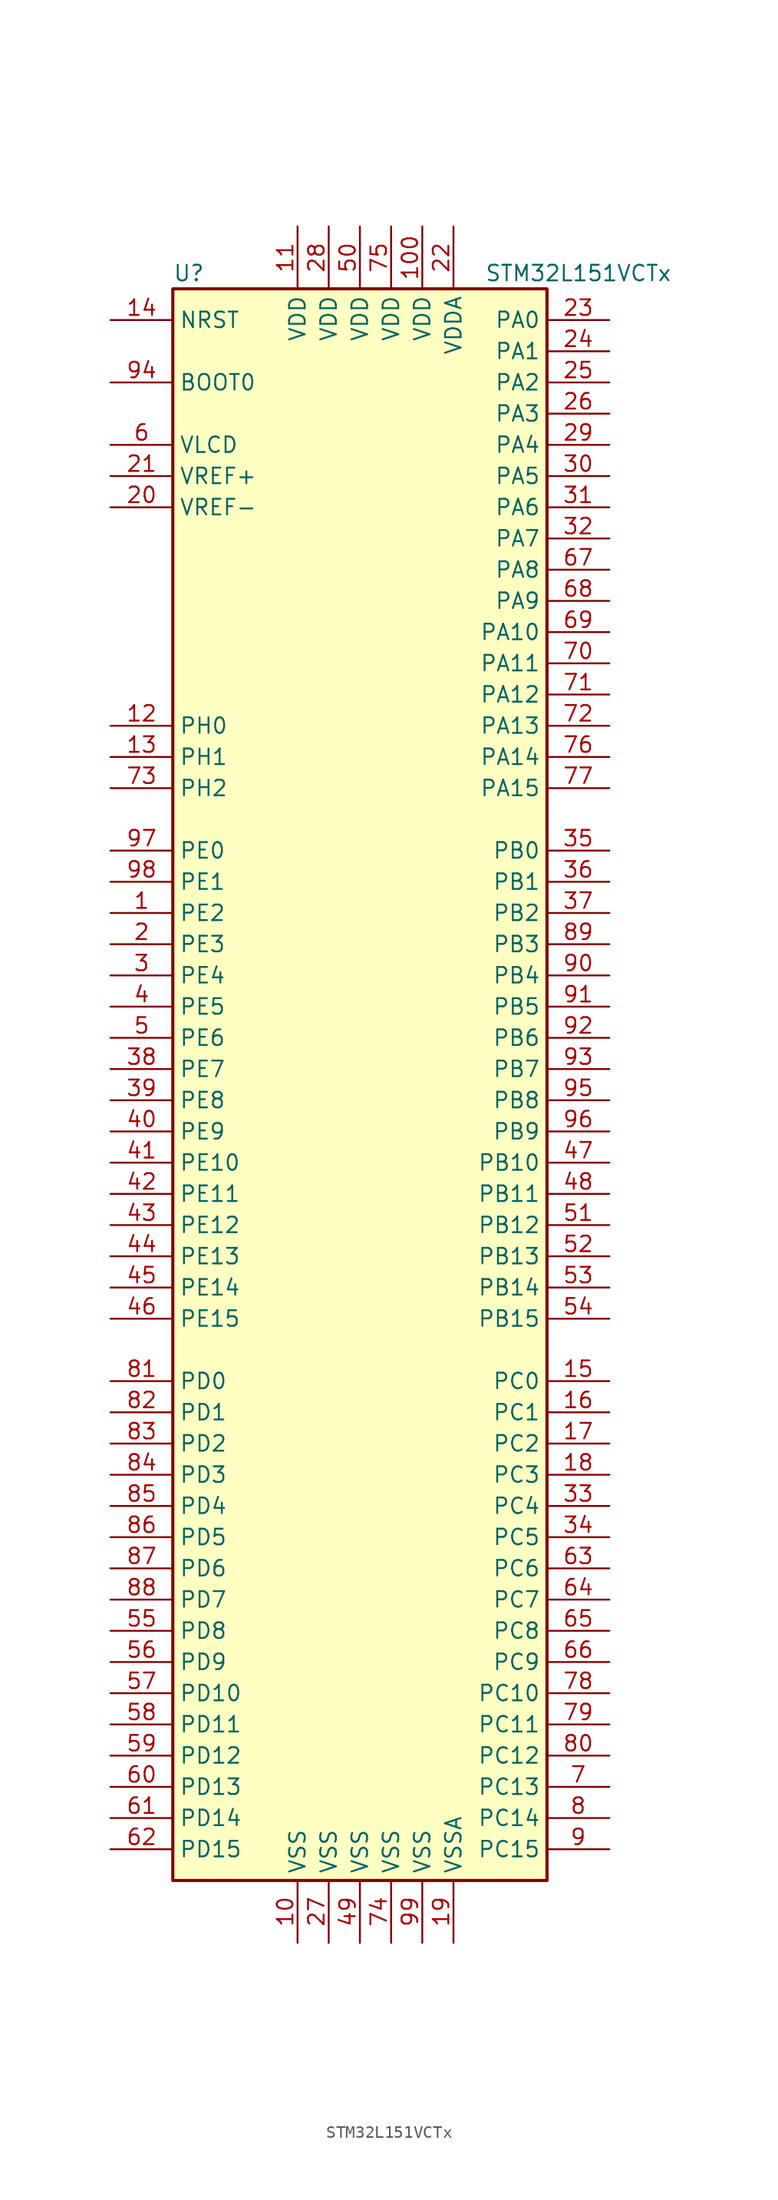
<source format=kicad_sym>
(kicad_symbol_lib
  (version 20201005)
  (generator kicad_symbol_editor)
  (symbol "STM32L151VCTx"
    (property "Reference" "U"
      (at -15.24 64.77 0)
      (effects (font (size 1.27 1.27)) (justify left)))
    (property "Value" "STM32L151VCTx"
      (at 10.16 64.77 0)
      (effects (font (size 1.27 1.27)) (justify left)))
    (symbol "STM32L151VCTx_0_1"
      (rectangle (start -15.24 -66.04) (end 15.24 63.5) (stroke (width 0.254)) (fill (type background))))
    (symbol "STM32L151VCTx_1_1"
      (pin input line (at -20.32 55.88 0) (length 5.08) (name "BOOT0" (effects (font (size 1.27 1.27)))) (number "94" (effects (font (size 1.27 1.27)))))
      (pin input line (at -20.32 60.96 0) (length 5.08) (name "NRST" (effects (font (size 1.27 1.27)))) (number "14" (effects (font (size 1.27 1.27)))))
      (pin bidirectional line (at 20.32 60.96 180) (length 5.08) (name "PA0" (effects (font (size 1.27 1.27)))) (number "23" (effects (font (size 1.27 1.27)))))
      (pin bidirectional line (at 20.32 58.42 180) (length 5.08) (name "PA1" (effects (font (size 1.27 1.27)))) (number "24" (effects (font (size 1.27 1.27)))))
      (pin bidirectional line (at 20.32 35.56 180) (length 5.08) (name "PA10" (effects (font (size 1.27 1.27)))) (number "69" (effects (font (size 1.27 1.27)))))
      (pin bidirectional line (at 20.32 33.02 180) (length 5.08) (name "PA11" (effects (font (size 1.27 1.27)))) (number "70" (effects (font (size 1.27 1.27)))))
      (pin bidirectional line (at 20.32 30.48 180) (length 5.08) (name "PA12" (effects (font (size 1.27 1.27)))) (number "71" (effects (font (size 1.27 1.27)))))
      (pin bidirectional line (at 20.32 27.94 180) (length 5.08) (name "PA13" (effects (font (size 1.27 1.27)))) (number "72" (effects (font (size 1.27 1.27)))))
      (pin bidirectional line (at 20.32 25.4 180) (length 5.08) (name "PA14" (effects (font (size 1.27 1.27)))) (number "76" (effects (font (size 1.27 1.27)))))
      (pin bidirectional line (at 20.32 22.86 180) (length 5.08) (name "PA15" (effects (font (size 1.27 1.27)))) (number "77" (effects (font (size 1.27 1.27)))))
      (pin bidirectional line (at 20.32 55.88 180) (length 5.08) (name "PA2" (effects (font (size 1.27 1.27)))) (number "25" (effects (font (size 1.27 1.27)))))
      (pin bidirectional line (at 20.32 53.34 180) (length 5.08) (name "PA3" (effects (font (size 1.27 1.27)))) (number "26" (effects (font (size 1.27 1.27)))))
      (pin bidirectional line (at 20.32 50.8 180) (length 5.08) (name "PA4" (effects (font (size 1.27 1.27)))) (number "29" (effects (font (size 1.27 1.27)))))
      (pin bidirectional line (at 20.32 48.26 180) (length 5.08) (name "PA5" (effects (font (size 1.27 1.27)))) (number "30" (effects (font (size 1.27 1.27)))))
      (pin bidirectional line (at 20.32 45.72 180) (length 5.08) (name "PA6" (effects (font (size 1.27 1.27)))) (number "31" (effects (font (size 1.27 1.27)))))
      (pin bidirectional line (at 20.32 43.18 180) (length 5.08) (name "PA7" (effects (font (size 1.27 1.27)))) (number "32" (effects (font (size 1.27 1.27)))))
      (pin bidirectional line (at 20.32 40.64 180) (length 5.08) (name "PA8" (effects (font (size 1.27 1.27)))) (number "67" (effects (font (size 1.27 1.27)))))
      (pin bidirectional line (at 20.32 38.1 180) (length 5.08) (name "PA9" (effects (font (size 1.27 1.27)))) (number "68" (effects (font (size 1.27 1.27)))))
      (pin bidirectional line (at 20.32 17.78 180) (length 5.08) (name "PB0" (effects (font (size 1.27 1.27)))) (number "35" (effects (font (size 1.27 1.27)))))
      (pin bidirectional line (at 20.32 15.24 180) (length 5.08) (name "PB1" (effects (font (size 1.27 1.27)))) (number "36" (effects (font (size 1.27 1.27)))))
      (pin bidirectional line (at 20.32 -7.62 180) (length 5.08) (name "PB10" (effects (font (size 1.27 1.27)))) (number "47" (effects (font (size 1.27 1.27)))))
      (pin bidirectional line (at 20.32 -10.16 180) (length 5.08) (name "PB11" (effects (font (size 1.27 1.27)))) (number "48" (effects (font (size 1.27 1.27)))))
      (pin bidirectional line (at 20.32 -12.7 180) (length 5.08) (name "PB12" (effects (font (size 1.27 1.27)))) (number "51" (effects (font (size 1.27 1.27)))))
      (pin bidirectional line (at 20.32 -15.24 180) (length 5.08) (name "PB13" (effects (font (size 1.27 1.27)))) (number "52" (effects (font (size 1.27 1.27)))))
      (pin bidirectional line (at 20.32 -17.78 180) (length 5.08) (name "PB14" (effects (font (size 1.27 1.27)))) (number "53" (effects (font (size 1.27 1.27)))))
      (pin bidirectional line (at 20.32 -20.32 180) (length 5.08) (name "PB15" (effects (font (size 1.27 1.27)))) (number "54" (effects (font (size 1.27 1.27)))))
      (pin bidirectional line (at 20.32 12.7 180) (length 5.08) (name "PB2" (effects (font (size 1.27 1.27)))) (number "37" (effects (font (size 1.27 1.27)))))
      (pin bidirectional line (at 20.32 10.16 180) (length 5.08) (name "PB3" (effects (font (size 1.27 1.27)))) (number "89" (effects (font (size 1.27 1.27)))))
      (pin bidirectional line (at 20.32 7.62 180) (length 5.08) (name "PB4" (effects (font (size 1.27 1.27)))) (number "90" (effects (font (size 1.27 1.27)))))
      (pin bidirectional line (at 20.32 5.08 180) (length 5.08) (name "PB5" (effects (font (size 1.27 1.27)))) (number "91" (effects (font (size 1.27 1.27)))))
      (pin bidirectional line (at 20.32 2.54 180) (length 5.08) (name "PB6" (effects (font (size 1.27 1.27)))) (number "92" (effects (font (size 1.27 1.27)))))
      (pin bidirectional line (at 20.32 0 180) (length 5.08) (name "PB7" (effects (font (size 1.27 1.27)))) (number "93" (effects (font (size 1.27 1.27)))))
      (pin bidirectional line (at 20.32 -2.54 180) (length 5.08) (name "PB8" (effects (font (size 1.27 1.27)))) (number "95" (effects (font (size 1.27 1.27)))))
      (pin bidirectional line (at 20.32 -5.08 180) (length 5.08) (name "PB9" (effects (font (size 1.27 1.27)))) (number "96" (effects (font (size 1.27 1.27)))))
      (pin bidirectional line (at 20.32 -25.4 180) (length 5.08) (name "PC0" (effects (font (size 1.27 1.27)))) (number "15" (effects (font (size 1.27 1.27)))))
      (pin bidirectional line (at 20.32 -27.94 180) (length 5.08) (name "PC1" (effects (font (size 1.27 1.27)))) (number "16" (effects (font (size 1.27 1.27)))))
      (pin bidirectional line (at 20.32 -50.8 180) (length 5.08) (name "PC10" (effects (font (size 1.27 1.27)))) (number "78" (effects (font (size 1.27 1.27)))))
      (pin bidirectional line (at 20.32 -53.34 180) (length 5.08) (name "PC11" (effects (font (size 1.27 1.27)))) (number "79" (effects (font (size 1.27 1.27)))))
      (pin bidirectional line (at 20.32 -55.88 180) (length 5.08) (name "PC12" (effects (font (size 1.27 1.27)))) (number "80" (effects (font (size 1.27 1.27)))))
      (pin bidirectional line (at 20.32 -58.42 180) (length 5.08) (name "PC13" (effects (font (size 1.27 1.27)))) (number "7" (effects (font (size 1.27 1.27)))))
      (pin bidirectional line (at 20.32 -60.96 180) (length 5.08) (name "PC14" (effects (font (size 1.27 1.27)))) (number "8" (effects (font (size 1.27 1.27)))))
      (pin bidirectional line (at 20.32 -63.5 180) (length 5.08) (name "PC15" (effects (font (size 1.27 1.27)))) (number "9" (effects (font (size 1.27 1.27)))))
      (pin bidirectional line (at 20.32 -30.48 180) (length 5.08) (name "PC2" (effects (font (size 1.27 1.27)))) (number "17" (effects (font (size 1.27 1.27)))))
      (pin bidirectional line (at 20.32 -33.02 180) (length 5.08) (name "PC3" (effects (font (size 1.27 1.27)))) (number "18" (effects (font (size 1.27 1.27)))))
      (pin bidirectional line (at 20.32 -35.56 180) (length 5.08) (name "PC4" (effects (font (size 1.27 1.27)))) (number "33" (effects (font (size 1.27 1.27)))))
      (pin bidirectional line (at 20.32 -38.1 180) (length 5.08) (name "PC5" (effects (font (size 1.27 1.27)))) (number "34" (effects (font (size 1.27 1.27)))))
      (pin bidirectional line (at 20.32 -40.64 180) (length 5.08) (name "PC6" (effects (font (size 1.27 1.27)))) (number "63" (effects (font (size 1.27 1.27)))))
      (pin bidirectional line (at 20.32 -43.18 180) (length 5.08) (name "PC7" (effects (font (size 1.27 1.27)))) (number "64" (effects (font (size 1.27 1.27)))))
      (pin bidirectional line (at 20.32 -45.72 180) (length 5.08) (name "PC8" (effects (font (size 1.27 1.27)))) (number "65" (effects (font (size 1.27 1.27)))))
      (pin bidirectional line (at 20.32 -48.26 180) (length 5.08) (name "PC9" (effects (font (size 1.27 1.27)))) (number "66" (effects (font (size 1.27 1.27)))))
      (pin bidirectional line (at -20.32 -25.4 0) (length 5.08) (name "PD0" (effects (font (size 1.27 1.27)))) (number "81" (effects (font (size 1.27 1.27)))))
      (pin bidirectional line (at -20.32 -27.94 0) (length 5.08) (name "PD1" (effects (font (size 1.27 1.27)))) (number "82" (effects (font (size 1.27 1.27)))))
      (pin bidirectional line (at -20.32 -50.8 0) (length 5.08) (name "PD10" (effects (font (size 1.27 1.27)))) (number "57" (effects (font (size 1.27 1.27)))))
      (pin bidirectional line (at -20.32 -53.34 0) (length 5.08) (name "PD11" (effects (font (size 1.27 1.27)))) (number "58" (effects (font (size 1.27 1.27)))))
      (pin bidirectional line (at -20.32 -55.88 0) (length 5.08) (name "PD12" (effects (font (size 1.27 1.27)))) (number "59" (effects (font (size 1.27 1.27)))))
      (pin bidirectional line (at -20.32 -58.42 0) (length 5.08) (name "PD13" (effects (font (size 1.27 1.27)))) (number "60" (effects (font (size 1.27 1.27)))))
      (pin bidirectional line (at -20.32 -60.96 0) (length 5.08) (name "PD14" (effects (font (size 1.27 1.27)))) (number "61" (effects (font (size 1.27 1.27)))))
      (pin bidirectional line (at -20.32 -63.5 0) (length 5.08) (name "PD15" (effects (font (size 1.27 1.27)))) (number "62" (effects (font (size 1.27 1.27)))))
      (pin bidirectional line (at -20.32 -30.48 0) (length 5.08) (name "PD2" (effects (font (size 1.27 1.27)))) (number "83" (effects (font (size 1.27 1.27)))))
      (pin bidirectional line (at -20.32 -33.02 0) (length 5.08) (name "PD3" (effects (font (size 1.27 1.27)))) (number "84" (effects (font (size 1.27 1.27)))))
      (pin bidirectional line (at -20.32 -35.56 0) (length 5.08) (name "PD4" (effects (font (size 1.27 1.27)))) (number "85" (effects (font (size 1.27 1.27)))))
      (pin bidirectional line (at -20.32 -38.1 0) (length 5.08) (name "PD5" (effects (font (size 1.27 1.27)))) (number "86" (effects (font (size 1.27 1.27)))))
      (pin bidirectional line (at -20.32 -40.64 0) (length 5.08) (name "PD6" (effects (font (size 1.27 1.27)))) (number "87" (effects (font (size 1.27 1.27)))))
      (pin bidirectional line (at -20.32 -43.18 0) (length 5.08) (name "PD7" (effects (font (size 1.27 1.27)))) (number "88" (effects (font (size 1.27 1.27)))))
      (pin bidirectional line (at -20.32 -45.72 0) (length 5.08) (name "PD8" (effects (font (size 1.27 1.27)))) (number "55" (effects (font (size 1.27 1.27)))))
      (pin bidirectional line (at -20.32 -48.26 0) (length 5.08) (name "PD9" (effects (font (size 1.27 1.27)))) (number "56" (effects (font (size 1.27 1.27)))))
      (pin bidirectional line (at -20.32 17.78 0) (length 5.08) (name "PE0" (effects (font (size 1.27 1.27)))) (number "97" (effects (font (size 1.27 1.27)))))
      (pin bidirectional line (at -20.32 15.24 0) (length 5.08) (name "PE1" (effects (font (size 1.27 1.27)))) (number "98" (effects (font (size 1.27 1.27)))))
      (pin bidirectional line (at -20.32 -7.62 0) (length 5.08) (name "PE10" (effects (font (size 1.27 1.27)))) (number "41" (effects (font (size 1.27 1.27)))))
      (pin bidirectional line (at -20.32 -10.16 0) (length 5.08) (name "PE11" (effects (font (size 1.27 1.27)))) (number "42" (effects (font (size 1.27 1.27)))))
      (pin bidirectional line (at -20.32 -12.7 0) (length 5.08) (name "PE12" (effects (font (size 1.27 1.27)))) (number "43" (effects (font (size 1.27 1.27)))))
      (pin bidirectional line (at -20.32 -15.24 0) (length 5.08) (name "PE13" (effects (font (size 1.27 1.27)))) (number "44" (effects (font (size 1.27 1.27)))))
      (pin bidirectional line (at -20.32 -17.78 0) (length 5.08) (name "PE14" (effects (font (size 1.27 1.27)))) (number "45" (effects (font (size 1.27 1.27)))))
      (pin bidirectional line (at -20.32 -20.32 0) (length 5.08) (name "PE15" (effects (font (size 1.27 1.27)))) (number "46" (effects (font (size 1.27 1.27)))))
      (pin bidirectional line (at -20.32 12.7 0) (length 5.08) (name "PE2" (effects (font (size 1.27 1.27)))) (number "1" (effects (font (size 1.27 1.27)))))
      (pin bidirectional line (at -20.32 10.16 0) (length 5.08) (name "PE3" (effects (font (size 1.27 1.27)))) (number "2" (effects (font (size 1.27 1.27)))))
      (pin bidirectional line (at -20.32 7.62 0) (length 5.08) (name "PE4" (effects (font (size 1.27 1.27)))) (number "3" (effects (font (size 1.27 1.27)))))
      (pin bidirectional line (at -20.32 5.08 0) (length 5.08) (name "PE5" (effects (font (size 1.27 1.27)))) (number "4" (effects (font (size 1.27 1.27)))))
      (pin bidirectional line (at -20.32 2.54 0) (length 5.08) (name "PE6" (effects (font (size 1.27 1.27)))) (number "5" (effects (font (size 1.27 1.27)))))
      (pin bidirectional line (at -20.32 0 0) (length 5.08) (name "PE7" (effects (font (size 1.27 1.27)))) (number "38" (effects (font (size 1.27 1.27)))))
      (pin bidirectional line (at -20.32 -2.54 0) (length 5.08) (name "PE8" (effects (font (size 1.27 1.27)))) (number "39" (effects (font (size 1.27 1.27)))))
      (pin bidirectional line (at -20.32 -5.08 0) (length 5.08) (name "PE9" (effects (font (size 1.27 1.27)))) (number "40" (effects (font (size 1.27 1.27)))))
      (pin input line (at -20.32 27.94 0) (length 5.08) (name "PH0" (effects (font (size 1.27 1.27)))) (number "12" (effects (font (size 1.27 1.27)))))
      (pin input line (at -20.32 25.4 0) (length 5.08) (name "PH1" (effects (font (size 1.27 1.27)))) (number "13" (effects (font (size 1.27 1.27)))))
      (pin bidirectional line (at -20.32 22.86 0) (length 5.08) (name "PH2" (effects (font (size 1.27 1.27)))) (number "73" (effects (font (size 1.27 1.27)))))
      (pin power_in line (at 5.08 68.58 270) (length 5.08) (name "VDD" (effects (font (size 1.27 1.27)))) (number "100" (effects (font (size 1.27 1.27)))))
      (pin power_in line (at -5.08 68.58 270) (length 5.08) (name "VDD" (effects (font (size 1.27 1.27)))) (number "11" (effects (font (size 1.27 1.27)))))
      (pin power_in line (at -2.54 68.58 270) (length 5.08) (name "VDD" (effects (font (size 1.27 1.27)))) (number "28" (effects (font (size 1.27 1.27)))))
      (pin power_in line (at 0 68.58 270) (length 5.08) (name "VDD" (effects (font (size 1.27 1.27)))) (number "50" (effects (font (size 1.27 1.27)))))
      (pin power_in line (at 2.54 68.58 270) (length 5.08) (name "VDD" (effects (font (size 1.27 1.27)))) (number "75" (effects (font (size 1.27 1.27)))))
      (pin power_in line (at 7.62 68.58 270) (length 5.08) (name "VDDA" (effects (font (size 1.27 1.27)))) (number "22" (effects (font (size 1.27 1.27)))))
      (pin power_in line (at -20.32 50.8 0) (length 5.08) (name "VLCD" (effects (font (size 1.27 1.27)))) (number "6" (effects (font (size 1.27 1.27)))))
      (pin power_in line (at -20.32 48.26 0) (length 5.08) (name "VREF+" (effects (font (size 1.27 1.27)))) (number "21" (effects (font (size 1.27 1.27)))))
      (pin power_in line (at -20.32 45.72 0) (length 5.08) (name "VREF-" (effects (font (size 1.27 1.27)))) (number "20" (effects (font (size 1.27 1.27)))))
      (pin power_in line (at -5.08 -71.12 90) (length 5.08) (name "VSS" (effects (font (size 1.27 1.27)))) (number "10" (effects (font (size 1.27 1.27)))))
      (pin power_in line (at -2.54 -71.12 90) (length 5.08) (name "VSS" (effects (font (size 1.27 1.27)))) (number "27" (effects (font (size 1.27 1.27)))))
      (pin power_in line (at 0 -71.12 90) (length 5.08) (name "VSS" (effects (font (size 1.27 1.27)))) (number "49" (effects (font (size 1.27 1.27)))))
      (pin power_in line (at 2.54 -71.12 90) (length 5.08) (name "VSS" (effects (font (size 1.27 1.27)))) (number "74" (effects (font (size 1.27 1.27)))))
      (pin power_in line (at 5.08 -71.12 90) (length 5.08) (name "VSS" (effects (font (size 1.27 1.27)))) (number "99" (effects (font (size 1.27 1.27)))))
      (pin power_in line (at 7.62 -71.12 90) (length 5.08) (name "VSSA" (effects (font (size 1.27 1.27)))) (number "19" (effects (font (size 1.27 1.27))))))))
</source>
